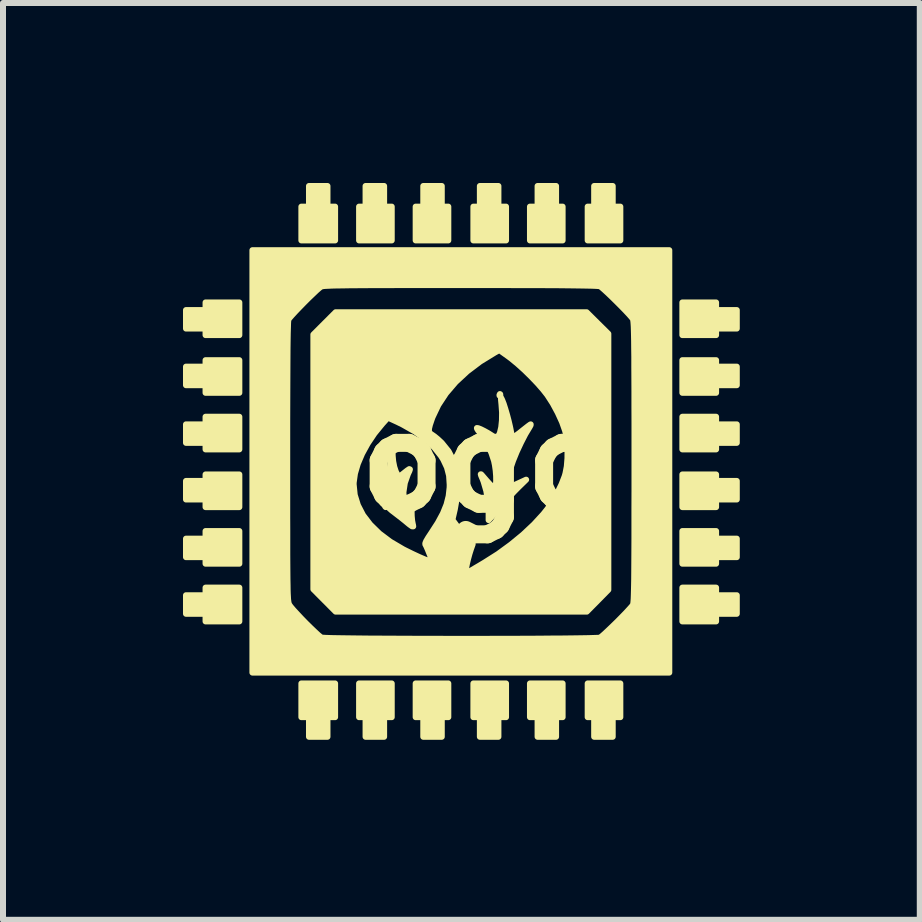
<source format=kicad_pcb>
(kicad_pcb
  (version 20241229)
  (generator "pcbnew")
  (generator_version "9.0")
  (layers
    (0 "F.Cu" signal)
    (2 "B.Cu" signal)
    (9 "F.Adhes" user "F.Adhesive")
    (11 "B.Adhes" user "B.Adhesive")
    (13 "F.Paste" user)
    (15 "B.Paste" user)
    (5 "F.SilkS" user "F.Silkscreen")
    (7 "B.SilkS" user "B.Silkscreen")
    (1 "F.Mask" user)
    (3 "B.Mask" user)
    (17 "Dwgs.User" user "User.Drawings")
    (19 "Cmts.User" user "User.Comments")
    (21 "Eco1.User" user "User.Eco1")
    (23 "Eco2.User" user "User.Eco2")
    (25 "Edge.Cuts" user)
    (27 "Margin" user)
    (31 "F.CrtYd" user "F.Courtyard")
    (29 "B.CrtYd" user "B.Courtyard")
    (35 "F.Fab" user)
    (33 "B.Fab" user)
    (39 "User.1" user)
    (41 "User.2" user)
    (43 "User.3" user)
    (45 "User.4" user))
  (footprint "logo"
    (layer "F.Cu")
    (at 4.64 4.658)
    (property "Reference" "logo" (at 0 0 0) (layer "F.SilkS") (effects (font (size 1.524 1.524) (thickness 0.3))))
    (attr through_hole)
    (fp_poly (pts (xy -1.252 0.735) (xy -1.261 0.744) (xy -1.27 0.735) (xy -1.261 0.726) (xy -1.252 0.735)) (stroke (width 0.1) (type solid)) (fill yes) (layer "F.SilkS"))
    (fp_poly (pts (xy 0.649 -1.115) (xy 0.647 -1.113) (xy 0.636 -1.115) (xy 0.635 -1.125) (xy 0.642 -1.14) (xy 0.647 -1.137) (xy 0.649 -1.115)) (stroke (width 0.1) (type solid)) (fill yes) (layer "F.SilkS"))
    (fp_poly (pts (xy -3.701 -2.123) (xy -3.982 -2.123) (xy -4.264 -2.123) (xy -4.264 -2.177) (xy -4.264 -2.232) (xy -4.427 -2.232) (xy -4.59 -2.232) (xy -4.59 -2.386) (xy -4.59 -2.54) (xy -4.427 -2.54) (xy -4.264 -2.54) (xy -4.264 -2.603) (xy -4.264 -2.667) (xy -3.982 -2.667) (xy -3.701 -2.667) (xy -3.701 -2.395) (xy -3.701 -2.123)) (stroke (width 0.1) (type solid)) (fill yes) (layer "F.SilkS"))
    (fp_poly (pts (xy -3.701 -1.161) (xy -3.982 -1.161) (xy -4.264 -1.161) (xy -4.264 -1.225) (xy -4.264 -1.288) (xy -4.427 -1.288) (xy -4.59 -1.288) (xy -4.59 -1.442) (xy -4.59 -1.597) (xy -4.427 -1.597) (xy -4.264 -1.597) (xy -4.264 -1.651) (xy -4.264 -1.705) (xy -3.982 -1.705) (xy -3.701 -1.705) (xy -3.701 -1.433) (xy -3.701 -1.161)) (stroke (width 0.1) (type solid)) (fill yes) (layer "F.SilkS"))
    (fp_poly (pts (xy -3.701 -0.218) (xy -3.982 -0.218) (xy -4.264 -0.218) (xy -4.264 -0.272) (xy -4.264 -0.327) (xy -4.427 -0.327) (xy -4.59 -0.327) (xy -4.59 -0.481) (xy -4.59 -0.635) (xy -4.427 -0.635) (xy -4.264 -0.635) (xy -4.264 -0.699) (xy -4.264 -0.762) (xy -3.982 -0.762) (xy -3.701 -0.762) (xy -3.701 -0.49) (xy -3.701 -0.218)) (stroke (width 0.1) (type solid)) (fill yes) (layer "F.SilkS"))
    (fp_poly (pts (xy -3.701 0.744) (xy -3.982 0.744) (xy -4.264 0.744) (xy -4.264 0.68) (xy -4.264 0.617) (xy -4.427 0.617) (xy -4.59 0.617) (xy -4.59 0.463) (xy -4.59 0.308) (xy -4.427 0.308) (xy -4.264 0.308) (xy -4.264 0.254) (xy -4.264 0.2) (xy -3.982 0.2) (xy -3.701 0.2) (xy -3.701 0.472) (xy -3.701 0.744)) (stroke (width 0.1) (type solid)) (fill yes) (layer "F.SilkS"))
    (fp_poly (pts (xy -3.701 1.687) (xy -3.982 1.687) (xy -4.264 1.687) (xy -4.264 1.633) (xy -4.264 1.578) (xy -4.427 1.578) (xy -4.59 1.578) (xy -4.59 1.424) (xy -4.59 1.27) (xy -4.427 1.27) (xy -4.264 1.27) (xy -4.264 1.206) (xy -4.264 1.143) (xy -3.982 1.143) (xy -3.701 1.143) (xy -3.701 1.415) (xy -3.701 1.687)) (stroke (width 0.1) (type solid)) (fill yes) (layer "F.SilkS"))
    (fp_poly (pts (xy -3.701 2.649) (xy -3.982 2.649) (xy -4.264 2.649) (xy -4.264 2.585) (xy -4.264 2.522) (xy -4.427 2.522) (xy -4.59 2.522) (xy -4.59 2.368) (xy -4.59 2.213) (xy -4.427 2.213) (xy -4.264 2.213) (xy -4.264 2.15) (xy -4.264 2.086) (xy -3.982 2.086) (xy -3.701 2.086) (xy -3.701 2.368) (xy -3.701 2.649)) (stroke (width 0.1) (type solid)) (fill yes) (layer "F.SilkS"))
    (fp_poly (pts (xy -2.105 -3.701) (xy -2.386 -3.701) (xy -2.667 -3.701) (xy -2.667 -3.982) (xy -2.667 -4.264) (xy -2.603 -4.264) (xy -2.54 -4.264) (xy -2.54 -4.436) (xy -2.54 -4.608) (xy -2.386 -4.608) (xy -2.232 -4.608) (xy -2.232 -4.436) (xy -2.232 -4.264) (xy -2.168 -4.264) (xy -2.105 -4.264) (xy -2.105 -3.982) (xy -2.105 -3.701)) (stroke (width 0.1) (type solid)) (fill yes) (layer "F.SilkS"))
    (fp_poly (pts (xy -2.105 4.245) (xy -2.168 4.245) (xy -2.232 4.245) (xy -2.232 4.409) (xy -2.232 4.572) (xy -2.386 4.572) (xy -2.54 4.572) (xy -2.54 4.409) (xy -2.54 4.245) (xy -2.603 4.245) (xy -2.667 4.245) (xy -2.667 3.964) (xy -2.667 3.683) (xy -2.386 3.683) (xy -2.105 3.683) (xy -2.105 3.964) (xy -2.105 4.245)) (stroke (width 0.1) (type solid)) (fill yes) (layer "F.SilkS"))
    (fp_poly (pts (xy -1.161 -3.701) (xy -1.433 -3.701) (xy -1.705 -3.701) (xy -1.705 -3.982) (xy -1.705 -4.264) (xy -1.651 -4.264) (xy -1.597 -4.264) (xy -1.597 -4.436) (xy -1.597 -4.608) (xy -1.442 -4.608) (xy -1.288 -4.608) (xy -1.288 -4.436) (xy -1.288 -4.264) (xy -1.225 -4.264) (xy -1.161 -4.264) (xy -1.161 -3.982) (xy -1.161 -3.701)) (stroke (width 0.1) (type solid)) (fill yes) (layer "F.SilkS"))
    (fp_poly (pts (xy -1.161 4.245) (xy -1.225 4.245) (xy -1.288 4.245) (xy -1.288 4.409) (xy -1.288 4.572) (xy -1.442 4.572) (xy -1.597 4.572) (xy -1.597 4.409) (xy -1.597 4.245) (xy -1.651 4.245) (xy -1.705 4.245) (xy -1.705 3.964) (xy -1.705 3.683) (xy -1.433 3.683) (xy -1.161 3.683) (xy -1.161 3.964) (xy -1.161 4.245)) (stroke (width 0.1) (type solid)) (fill yes) (layer "F.SilkS"))
    (fp_poly (pts (xy -0.218 -3.701) (xy -0.49 -3.701) (xy -0.762 -3.701) (xy -0.762 -3.982) (xy -0.762 -4.264) (xy -0.699 -4.264) (xy -0.635 -4.264) (xy -0.635 -4.436) (xy -0.635 -4.608) (xy -0.481 -4.608) (xy -0.327 -4.608) (xy -0.327 -4.436) (xy -0.327 -4.264) (xy -0.272 -4.264) (xy -0.218 -4.264) (xy -0.218 -3.982) (xy -0.218 -3.701)) (stroke (width 0.1) (type solid)) (fill yes) (layer "F.SilkS"))
    (fp_poly (pts (xy -0.218 4.245) (xy -0.272 4.245) (xy -0.327 4.245) (xy -0.327 4.409) (xy -0.327 4.572) (xy -0.481 4.572) (xy -0.635 4.572) (xy -0.635 4.409) (xy -0.635 4.245) (xy -0.699 4.245) (xy -0.762 4.245) (xy -0.762 3.964) (xy -0.762 3.683) (xy -0.49 3.683) (xy -0.218 3.683) (xy -0.218 3.964) (xy -0.218 4.245)) (stroke (width 0.1) (type solid)) (fill yes) (layer "F.SilkS"))
    (fp_poly (pts (xy 0.744 -3.701) (xy 0.472 -3.701) (xy 0.2 -3.701) (xy 0.2 -3.982) (xy 0.2 -4.264) (xy 0.254 -4.264) (xy 0.308 -4.264) (xy 0.308 -4.436) (xy 0.308 -4.608) (xy 0.463 -4.608) (xy 0.617 -4.608) (xy 0.617 -4.436) (xy 0.617 -4.264) (xy 0.68 -4.264) (xy 0.744 -4.264) (xy 0.744 -3.982) (xy 0.744 -3.701)) (stroke (width 0.1) (type solid)) (fill yes) (layer "F.SilkS"))
    (fp_poly (pts (xy 0.744 4.245) (xy 0.68 4.245) (xy 0.617 4.245) (xy 0.617 4.409) (xy 0.617 4.572) (xy 0.463 4.572) (xy 0.308 4.572) (xy 0.308 4.409) (xy 0.308 4.245) (xy 0.254 4.245) (xy 0.2 4.245) (xy 0.2 3.964) (xy 0.2 3.683) (xy 0.472 3.683) (xy 0.744 3.683) (xy 0.744 3.964) (xy 0.744 4.245)) (stroke (width 0.1) (type solid)) (fill yes) (layer "F.SilkS"))
    (fp_poly (pts (xy 1.687 -3.701) (xy 1.415 -3.701) (xy 1.143 -3.701) (xy 1.143 -3.982) (xy 1.143 -4.264) (xy 1.206 -4.264) (xy 1.27 -4.264) (xy 1.27 -4.436) (xy 1.27 -4.608) (xy 1.424 -4.608) (xy 1.578 -4.608) (xy 1.578 -4.436) (xy 1.578 -4.264) (xy 1.633 -4.264) (xy 1.687 -4.264) (xy 1.687 -3.982) (xy 1.687 -3.701)) (stroke (width 0.1) (type solid)) (fill yes) (layer "F.SilkS"))
    (fp_poly (pts (xy 1.687 4.245) (xy 1.633 4.245) (xy 1.578 4.245) (xy 1.578 4.409) (xy 1.578 4.572) (xy 1.424 4.572) (xy 1.27 4.572) (xy 1.27 4.409) (xy 1.27 4.245) (xy 1.206 4.245) (xy 1.143 4.245) (xy 1.143 3.964) (xy 1.143 3.683) (xy 1.415 3.683) (xy 1.687 3.683) (xy 1.687 3.964) (xy 1.687 4.245)) (stroke (width 0.1) (type solid)) (fill yes) (layer "F.SilkS"))
    (fp_poly (pts (xy 2.649 -3.701) (xy 2.377 -3.701) (xy 2.105 -3.701) (xy 2.105 -3.982) (xy 2.105 -4.264) (xy 2.159 -4.264) (xy 2.213 -4.264) (xy 2.213 -4.436) (xy 2.213 -4.608) (xy 2.368 -4.608) (xy 2.522 -4.608) (xy 2.522 -4.436) (xy 2.522 -4.264) (xy 2.585 -4.264) (xy 2.649 -4.264) (xy 2.649 -3.982) (xy 2.649 -3.701)) (stroke (width 0.1) (type solid)) (fill yes) (layer "F.SilkS"))
    (fp_poly (pts (xy 2.649 4.245) (xy 2.585 4.245) (xy 2.522 4.245) (xy 2.522 4.409) (xy 2.522 4.572) (xy 2.368 4.572) (xy 2.213 4.572) (xy 2.213 4.409) (xy 2.213 4.245) (xy 2.159 4.245) (xy 2.105 4.245) (xy 2.105 3.964) (xy 2.105 3.683) (xy 2.377 3.683) (xy 2.649 3.683) (xy 2.649 3.964) (xy 2.649 4.245)) (stroke (width 0.1) (type solid)) (fill yes) (layer "F.SilkS"))
    (fp_poly (pts (xy 4.59 -2.232) (xy 4.418 -2.232) (xy 4.245 -2.232) (xy 4.245 -2.177) (xy 4.245 -2.123) (xy 3.964 -2.123) (xy 3.683 -2.123) (xy 3.683 -2.395) (xy 3.683 -2.667) (xy 3.964 -2.667) (xy 4.245 -2.667) (xy 4.245 -2.603) (xy 4.245 -2.54) (xy 4.418 -2.54) (xy 4.59 -2.54) (xy 4.59 -2.386) (xy 4.59 -2.232)) (stroke (width 0.1) (type solid)) (fill yes) (layer "F.SilkS"))
    (fp_poly (pts (xy 4.59 -1.288) (xy 4.418 -1.288) (xy 4.245 -1.288) (xy 4.245 -1.225) (xy 4.245 -1.161) (xy 3.964 -1.161) (xy 3.683 -1.161) (xy 3.683 -1.433) (xy 3.683 -1.705) (xy 3.964 -1.705) (xy 4.245 -1.705) (xy 4.245 -1.651) (xy 4.245 -1.597) (xy 4.418 -1.597) (xy 4.59 -1.597) (xy 4.59 -1.442) (xy 4.59 -1.288)) (stroke (width 0.1) (type solid)) (fill yes) (layer "F.SilkS"))
    (fp_poly (pts (xy 4.59 -0.327) (xy 4.418 -0.327) (xy 4.245 -0.327) (xy 4.245 -0.272) (xy 4.245 -0.218) (xy 3.964 -0.218) (xy 3.683 -0.218) (xy 3.683 -0.49) (xy 3.683 -0.762) (xy 3.964 -0.762) (xy 4.245 -0.762) (xy 4.245 -0.699) (xy 4.245 -0.635) (xy 4.418 -0.635) (xy 4.59 -0.635) (xy 4.59 -0.481) (xy 4.59 -0.327)) (stroke (width 0.1) (type solid)) (fill yes) (layer "F.SilkS"))
    (fp_poly (pts (xy 4.59 0.617) (xy 4.418 0.617) (xy 4.245 0.617) (xy 4.245 0.68) (xy 4.245 0.744) (xy 3.964 0.744) (xy 3.683 0.744) (xy 3.683 0.472) (xy 3.683 0.2) (xy 3.964 0.2) (xy 4.245 0.2) (xy 4.245 0.254) (xy 4.245 0.308) (xy 4.418 0.308) (xy 4.59 0.308) (xy 4.59 0.463) (xy 4.59 0.617)) (stroke (width 0.1) (type solid)) (fill yes) (layer "F.SilkS"))
    (fp_poly (pts (xy 4.59 1.578) (xy 4.418 1.578) (xy 4.245 1.578) (xy 4.245 1.633) (xy 4.245 1.687) (xy 3.964 1.687) (xy 3.683 1.687) (xy 3.683 1.415) (xy 3.683 1.143) (xy 3.964 1.143) (xy 4.245 1.143) (xy 4.245 1.206) (xy 4.245 1.27) (xy 4.418 1.27) (xy 4.59 1.27) (xy 4.59 1.424) (xy 4.59 1.578)) (stroke (width 0.1) (type solid)) (fill yes) (layer "F.SilkS"))
    (fp_poly (pts (xy 4.59 2.522) (xy 4.418 2.522) (xy 4.245 2.522) (xy 4.245 2.585) (xy 4.245 2.649) (xy 3.964 2.649) (xy 3.683 2.649) (xy 3.683 2.368) (xy 3.683 2.086) (xy 3.964 2.086) (xy 4.245 2.086) (xy 4.245 2.15) (xy 4.245 2.213) (xy 4.418 2.213) (xy 4.59 2.213) (xy 4.59 2.368) (xy 4.59 2.522)) (stroke (width 0.1) (type solid)) (fill yes) (layer "F.SilkS"))
    (fp_poly (pts (xy -0.803 1.065) (xy -0.822 1.064) (xy -0.863 1.035) (xy -0.889 1.014) (xy -0.932 0.978) (xy -0.993 0.929) (xy -1.063 0.875) (xy -1.098 0.848) (xy -1.162 0.799) (xy -1.198 0.767) (xy -1.209 0.752) (xy -1.197 0.749) (xy -1.188 0.751) (xy -1.134 0.764) (xy -1.093 0.774) (xy -1.06 0.774) (xy -1.052 0.757) (xy -1.062 0.72) (xy -1.087 0.661) (xy -1.124 0.586) (xy -1.169 0.505) (xy -1.217 0.424) (xy -1.264 0.35) (xy -1.305 0.295) (xy -1.348 0.241) (xy -1.38 0.198) (xy -1.396 0.173) (xy -1.397 0.171) (xy -1.383 0.173) (xy -1.345 0.19) (xy -1.297 0.216) (xy -1.197 0.272) (xy -1.196 0.168) (xy -1.192 0.095) (xy -1.183 0.006) (xy -1.171 -0.073) (xy -1.148 -0.209) (xy -1.145 -0.108) (xy -1.137 -0.019) (xy -1.119 0.072) (xy -1.093 0.152) (xy -1.064 0.208) (xy -1.048 0.226) (xy -1.031 0.228) (xy -1.003 0.213) (xy -0.959 0.178) (xy -0.902 0.133) (xy -0.869 0.111) (xy -0.858 0.115) (xy -0.867 0.143) (xy -0.892 0.196) (xy -0.943 0.341) (xy -0.966 0.495) (xy -0.961 0.624) (xy -0.948 0.699) (xy -0.932 0.74) (xy -0.913 0.746) (xy -0.887 0.721) (xy -0.862 0.682) (xy -0.834 0.636) (xy -0.814 0.605) (xy -0.808 0.599) (xy -0.808 0.614) (xy -0.815 0.654) (xy -0.82 0.676) (xy -0.828 0.734) (xy -0.83 0.811) (xy -0.828 0.894) (xy -0.821 0.971) (xy -0.81 1.028) (xy -0.807 1.039) (xy -0.803 1.065)) (stroke (width 0.1) (type solid)) (fill yes) (layer "F.SilkS"))
    (fp_poly (pts (xy 1.155 -0.635) (xy 1.154 -0.622) (xy 1.139 -0.594) (xy 1.065 -0.471) (xy 0.992 -0.329) (xy 0.922 -0.179) (xy 0.862 -0.032) (xy 0.816 0.102) (xy 0.8 0.16) (xy 0.774 0.27) (xy 0.757 0.347) (xy 0.75 0.398) (xy 0.751 0.425) (xy 0.761 0.432) (xy 0.765 0.43) (xy 0.792 0.419) (xy 0.842 0.396) (xy 0.907 0.366) (xy 0.934 0.354) (xy 1.079 0.287) (xy 0.952 0.411) (xy 0.879 0.485) (xy 0.801 0.568) (xy 0.731 0.647) (xy 0.717 0.662) (xy 0.657 0.732) (xy 0.595 0.803) (xy 0.541 0.863) (xy 0.531 0.875) (xy 0.454 0.96) (xy 0.454 0.806) (xy 0.444 0.639) (xy 0.415 0.473) (xy 0.371 0.322) (xy 0.353 0.275) (xy 0.33 0.221) (xy 0.323 0.197) (xy 0.329 0.198) (xy 0.344 0.214) (xy 0.42 0.302) (xy 0.477 0.365) (xy 0.518 0.404) (xy 0.545 0.421) (xy 0.561 0.42) (xy 0.563 0.416) (xy 0.575 0.376) (xy 0.58 0.31) (xy 0.579 0.226) (xy 0.572 0.135) (xy 0.559 0.044) (xy 0.545 -0.025) (xy 0.501 -0.158) (xy 0.441 -0.292) (xy 0.371 -0.413) (xy 0.314 -0.489) (xy 0.28 -0.532) (xy 0.261 -0.563) (xy 0.259 -0.574) (xy 0.28 -0.571) (xy 0.323 -0.554) (xy 0.381 -0.525) (xy 0.444 -0.49) (xy 0.506 -0.451) (xy 0.516 -0.444) (xy 0.56 -0.416) (xy 0.585 -0.407) (xy 0.601 -0.416) (xy 0.612 -0.429) (xy 0.642 -0.493) (xy 0.664 -0.586) (xy 0.676 -0.701) (xy 0.678 -0.831) (xy 0.668 -0.971) (xy 0.667 -0.98) (xy 0.661 -1.042) (xy 0.66 -1.071) (xy 0.664 -1.073) (xy 0.676 -1.05) (xy 0.681 -1.038) (xy 0.705 -0.977) (xy 0.732 -0.892) (xy 0.761 -0.793) (xy 0.788 -0.691) (xy 0.81 -0.597) (xy 0.818 -0.559) (xy 0.83 -0.496) (xy 0.84 -0.445) (xy 0.846 -0.421) (xy 0.862 -0.421) (xy 0.902 -0.443) (xy 0.962 -0.487) (xy 0.998 -0.516) (xy 1.06 -0.565) (xy 1.111 -0.605) (xy 1.144 -0.629) (xy 1.155 -0.635)) (stroke (width 0.1) (type solid)) (fill yes) (layer "F.SilkS"))
    (fp_poly (pts (xy 2.449 2.122) (xy 2.27 2.304) (xy 2.09 2.486) (xy 1.769 2.486) (xy 1.769 -0.216) (xy 1.759 -0.359) (xy 1.739 -0.486) (xy 1.728 -0.531) (xy 1.678 -0.673) (xy 1.607 -0.828) (xy 1.523 -0.984) (xy 1.432 -1.125) (xy 1.362 -1.214) (xy 1.271 -1.318) (xy 1.165 -1.429) (xy 1.053 -1.539) (xy 0.94 -1.641) (xy 0.836 -1.727) (xy 0.783 -1.767) (xy 0.633 -1.874) (xy 0.557 -1.832) (xy 0.314 -1.683) (xy 0.096 -1.518) (xy -0.095 -1.341) (xy -0.256 -1.153) (xy -0.385 -0.957) (xy -0.481 -0.755) (xy -0.493 -0.722) (xy -0.524 -0.63) (xy -0.54 -0.565) (xy -0.541 -0.52) (xy -0.527 -0.49) (xy -0.498 -0.467) (xy -0.489 -0.462) (xy -0.45 -0.435) (xy -0.396 -0.391) (xy -0.338 -0.337) (xy -0.326 -0.325) (xy -0.213 -0.185) (xy -0.131 -0.028) (xy -0.08 0.147) (xy -0.059 0.34) (xy -0.07 0.553) (xy -0.11 0.782) (xy -0.15 0.956) (xy -0.078 1.054) (xy -0.027 1.12) (xy 0.035 1.194) (xy 0.091 1.258) (xy 0.188 1.363) (xy 0.158 1.448) (xy 0.135 1.521) (xy 0.112 1.605) (xy 0.092 1.689) (xy 0.078 1.761) (xy 0.073 1.811) (xy 0.073 1.811) (xy 0.073 1.854) (xy 0.132 1.819) (xy 0.17 1.796) (xy 0.232 1.759) (xy 0.307 1.715) (xy 0.387 1.667) (xy 0.611 1.525) (xy 0.826 1.368) (xy 1.028 1.202) (xy 1.21 1.031) (xy 1.366 0.861) (xy 1.436 0.773) (xy 1.521 0.648) (xy 1.6 0.507) (xy 1.67 0.363) (xy 1.722 0.228) (xy 1.735 0.181) (xy 1.757 0.067) (xy 1.768 -0.07) (xy 1.769 -0.216) (xy 1.769 2.486) (xy -0.003 2.486) (xy -0.195 2.486) (xy -0.195 0.372) (xy -0.205 0.219) (xy -0.24 0.083) (xy -0.302 -0.049) (xy -0.339 -0.108) (xy -0.453 -0.251) (xy -0.599 -0.388) (xy -0.775 -0.516) (xy -0.977 -0.631) (xy -1.066 -0.675) (xy -1.225 -0.748) (xy -1.32 -0.642) (xy -1.449 -0.484) (xy -1.561 -0.317) (xy -1.655 -0.146) (xy -1.727 0.023) (xy -1.774 0.184) (xy -1.795 0.333) (xy -1.796 0.363) (xy -1.778 0.54) (xy -1.725 0.712) (xy -1.639 0.878) (xy -1.519 1.035) (xy -1.368 1.183) (xy -1.186 1.32) (xy -0.974 1.445) (xy -0.943 1.461) (xy -0.813 1.525) (xy -0.701 1.577) (xy -0.61 1.616) (xy -0.543 1.64) (xy -0.502 1.649) (xy -0.49 1.642) (xy -0.496 1.617) (xy -0.513 1.569) (xy -0.537 1.51) (xy -0.561 1.45) (xy -0.583 1.4) (xy -0.598 1.37) (xy -0.6 1.368) (xy -0.602 1.348) (xy -0.587 1.311) (xy -0.553 1.253) (xy -0.502 1.176) (xy -0.391 1.004) (xy -0.307 0.848) (xy -0.248 0.702) (xy -0.212 0.56) (xy -0.196 0.418) (xy -0.195 0.372) (xy -0.195 2.486) (xy -2.096 2.486) (xy -2.282 2.299) (xy -2.467 2.113) (xy -2.467 -0.01) (xy -2.467 -2.132) (xy -2.281 -2.318) (xy -2.095 -2.504) (xy -0.004 -2.504) (xy 2.087 -2.504) (xy 2.268 -2.324) (xy 2.449 -2.145) (xy 2.449 -0.011) (xy 2.449 2.122)) (stroke (width 0.1) (type solid)) (fill yes) (layer "F.SilkS"))
    (fp_poly (pts (xy 3.465 3.502) (xy 2.885 3.502) (xy 2.885 -0.009) (xy 2.885 -0.354) (xy 2.885 -0.664) (xy 2.884 -0.942) (xy 2.884 -1.188) (xy 2.883 -1.406) (xy 2.882 -1.596) (xy 2.882 -1.761) (xy 2.88 -1.901) (xy 2.879 -2.02) (xy 2.877 -2.119) (xy 2.875 -2.199) (xy 2.873 -2.263) (xy 2.87 -2.312) (xy 2.867 -2.347) (xy 2.864 -2.372) (xy 2.861 -2.387) (xy 2.859 -2.391) (xy 2.837 -2.42) (xy 2.794 -2.469) (xy 2.735 -2.532) (xy 2.665 -2.604) (xy 2.589 -2.68) (xy 2.513 -2.755) (xy 2.442 -2.823) (xy 2.38 -2.88) (xy 2.334 -2.92) (xy 2.31 -2.937) (xy 2.291 -2.94) (xy 2.248 -2.943) (xy 2.179 -2.946) (xy 2.084 -2.948) (xy 1.961 -2.95) (xy 1.81 -2.952) (xy 1.629 -2.954) (xy 1.418 -2.955) (xy 1.175 -2.956) (xy 0.899 -2.956) (xy 0.59 -2.957) (xy 0.246 -2.957) (xy -0.009 -2.957) (xy -0.349 -2.957) (xy -0.655 -2.957) (xy -0.929 -2.957) (xy -1.172 -2.956) (xy -1.385 -2.956) (xy -1.571 -2.955) (xy -1.732 -2.954) (xy -1.87 -2.953) (xy -1.985 -2.951) (xy -2.08 -2.95) (xy -2.158 -2.948) (xy -2.219 -2.945) (xy -2.265 -2.943) (xy -2.298 -2.94) (xy -2.321 -2.936) (xy -2.335 -2.932) (xy -2.337 -2.931) (xy -2.366 -2.91) (xy -2.415 -2.867) (xy -2.478 -2.807) (xy -2.55 -2.738) (xy -2.626 -2.662) (xy -2.7 -2.586) (xy -2.769 -2.514) (xy -2.825 -2.453) (xy -2.865 -2.407) (xy -2.883 -2.382) (xy -2.886 -2.364) (xy -2.889 -2.321) (xy -2.891 -2.252) (xy -2.894 -2.158) (xy -2.896 -2.035) (xy -2.898 -1.884) (xy -2.899 -1.704) (xy -2.9 -1.493) (xy -2.901 -1.251) (xy -2.902 -0.976) (xy -2.903 -0.668) (xy -2.903 -0.325) (xy -2.903 -0.019) (xy -2.903 0.32) (xy -2.903 0.623) (xy -2.903 0.895) (xy -2.902 1.135) (xy -2.902 1.347) (xy -2.902 1.533) (xy -2.901 1.693) (xy -2.9 1.83) (xy -2.899 1.947) (xy -2.897 2.044) (xy -2.896 2.124) (xy -2.894 2.189) (xy -2.891 2.24) (xy -2.889 2.28) (xy -2.885 2.31) (xy -2.882 2.332) (xy -2.878 2.349) (xy -2.873 2.362) (xy -2.868 2.372) (xy -2.868 2.373) (xy -2.844 2.406) (xy -2.8 2.458) (xy -2.739 2.524) (xy -2.669 2.599) (xy -2.593 2.677) (xy -2.517 2.752) (xy -2.447 2.819) (xy -2.388 2.874) (xy -2.345 2.909) (xy -2.331 2.918) (xy -2.308 2.921) (xy -2.251 2.924) (xy -2.163 2.927) (xy -2.047 2.929) (xy -1.905 2.931) (xy -1.74 2.933) (xy -1.555 2.935) (xy -1.352 2.936) (xy -1.134 2.937) (xy -0.904 2.938) (xy -0.664 2.939) (xy -0.418 2.939) (xy -0.167 2.94) (xy 0.086 2.94) (xy 0.338 2.94) (xy 0.586 2.939) (xy 0.827 2.939) (xy 1.06 2.938) (xy 1.281 2.937) (xy 1.487 2.935) (xy 1.677 2.934) (xy 1.847 2.932) (xy 1.994 2.93) (xy 2.117 2.928) (xy 2.212 2.925) (xy 2.276 2.923) (xy 2.308 2.92) (xy 2.31 2.919) (xy 2.339 2.898) (xy 2.387 2.856) (xy 2.45 2.797) (xy 2.522 2.728) (xy 2.599 2.653) (xy 2.674 2.577) (xy 2.743 2.506) (xy 2.8 2.444) (xy 2.841 2.398) (xy 2.859 2.373) (xy 2.863 2.362) (xy 2.866 2.342) (xy 2.869 2.311) (xy 2.872 2.269) (xy 2.874 2.212) (xy 2.876 2.14) (xy 2.878 2.05) (xy 2.88 1.94) (xy 2.881 1.81) (xy 2.882 1.656) (xy 2.883 1.478) (xy 2.884 1.273) (xy 2.884 1.04) (xy 2.884 0.777) (xy 2.885 0.482) (xy 2.885 0.153) (xy 2.885 -0.009) (xy 2.885 3.502) (xy -0.009 3.502) (xy -3.483 3.502) (xy -3.483 -0.018) (xy -3.483 -3.538) (xy -0.009 -3.538) (xy 3.465 -3.538) (xy 3.465 -0.018) (xy 3.465 3.502)) (stroke (width 0.1) (type solid)) (fill yes) (layer "F.SilkS")))
  (gr_rect
    (start -3 -3)
    (end 12.28 12.28)
    (stroke (width 0.1) (type default))
    (fill no)
    (layer "Edge.Cuts")))
</source>
